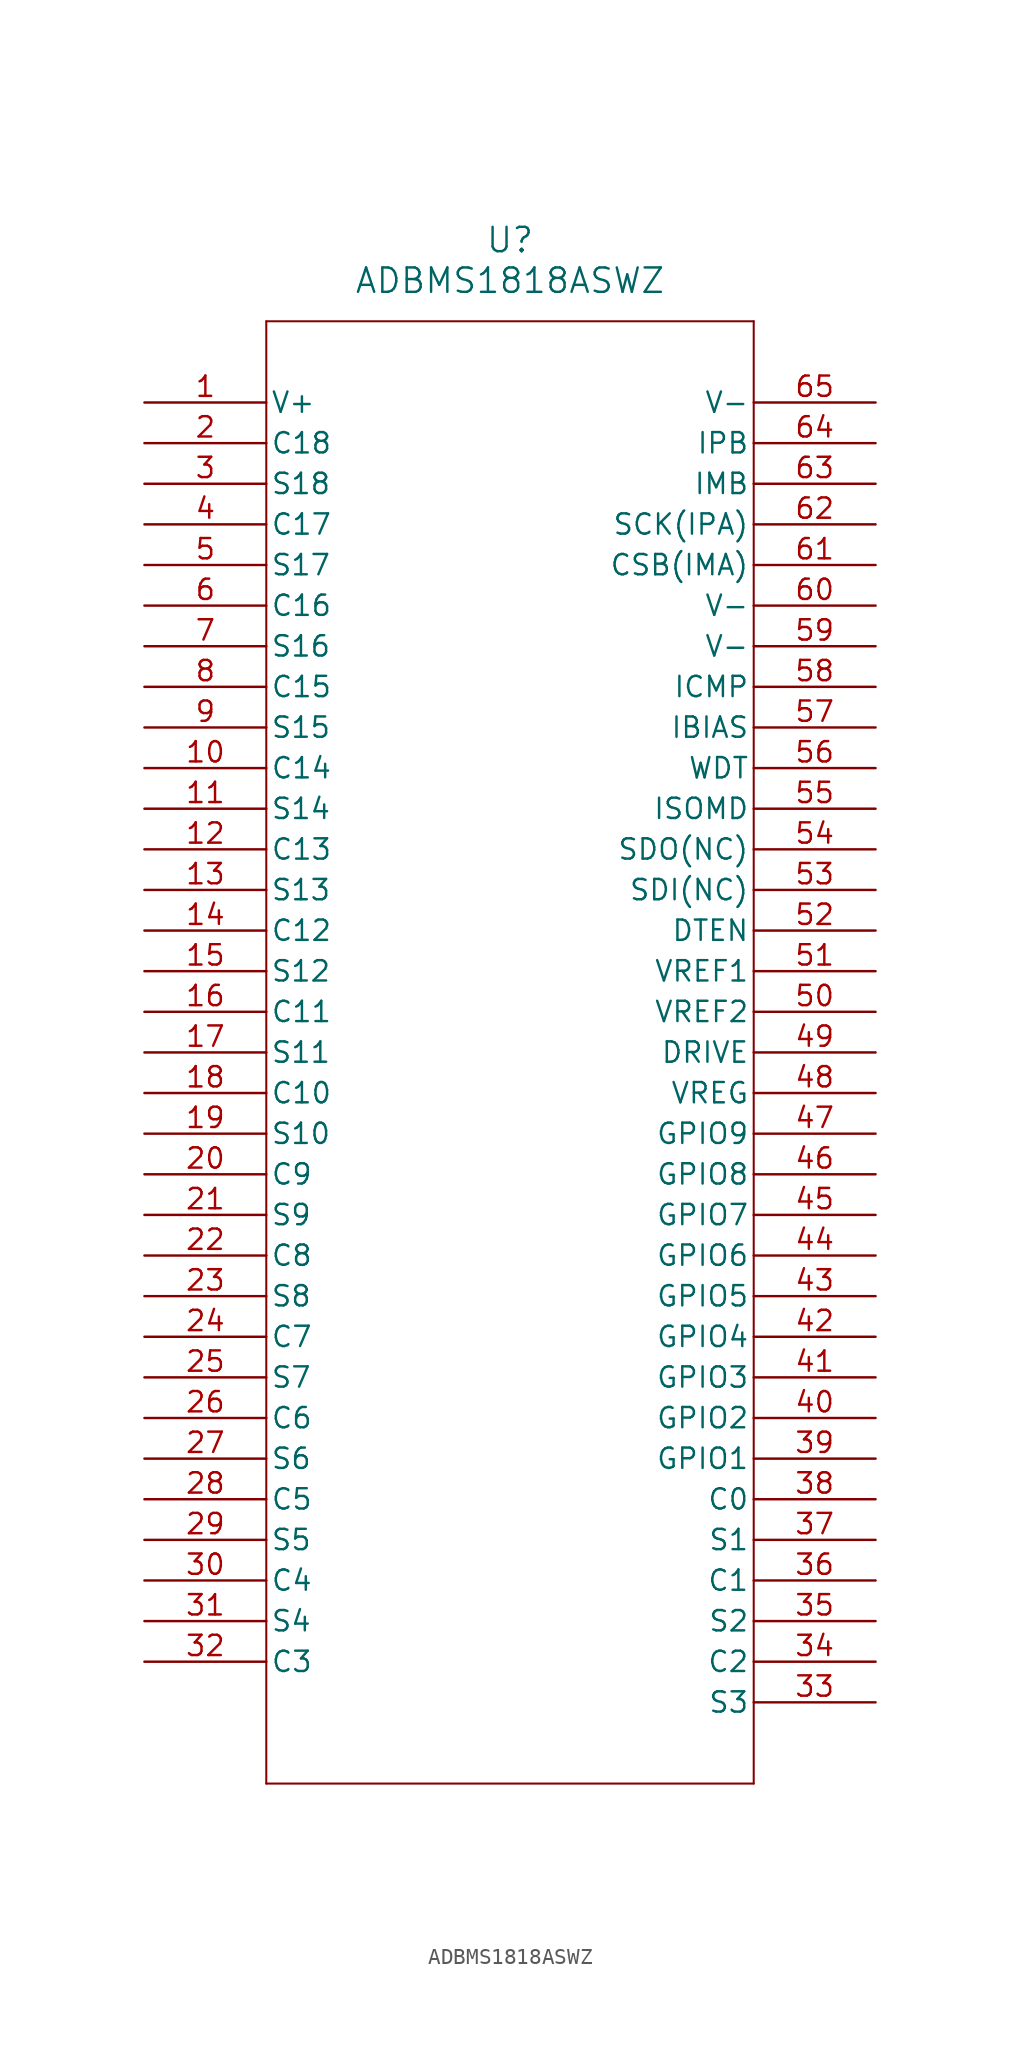
<source format=kicad_sym>
(kicad_symbol_lib
  (version 20211014)
  (generator kicad_symbol_editor)
  (symbol "ADBMS1818ASWZ"
    (pin_names
      (offset 0.254))
    (property "Reference" "U"
      (at 22.86 10.16 0)
      (effects (font (size 1.524 1.524))))
    (property "Value" "ADBMS1818ASWZ"
      (at 22.86 7.62 0)
      (effects (font (size 1.524 1.524))))
    (symbol "ADBMS1818ASWZ_0_1"
      (polyline (pts (xy 7.62 5.08) (xy 7.62 -86.36)) (stroke (width 0.127) (type default) (color 0 0 0 0)) (fill (type none)))
      (polyline (pts (xy 7.62 -86.36) (xy 38.1 -86.36)) (stroke (width 0.127) (type default) (color 0 0 0 0)) (fill (type none)))
      (polyline (pts (xy 38.1 -86.36) (xy 38.1 5.08)) (stroke (width 0.127) (type default) (color 0 0 0 0)) (fill (type none)))
      (polyline (pts (xy 38.1 5.08) (xy 7.62 5.08)) (stroke (width 0.127) (type default) (color 0 0 0 0)) (fill (type none)))
      (pin power_in line (at 0 0 0) (length 7.62) (name "V+" (effects (font (size 1.27 1.27)))) (number "1" (effects (font (size 1.27 1.27)))))
      (pin input line (at 0 -2.54 0) (length 7.62) (name "C18" (effects (font (size 1.27 1.27)))) (number "2" (effects (font (size 1.27 1.27)))))
      (pin bidirectional line (at 0 -5.08 0) (length 7.62) (name "S18" (effects (font (size 1.27 1.27)))) (number "3" (effects (font (size 1.27 1.27)))))
      (pin input line (at 0 -7.62 0) (length 7.62) (name "C17" (effects (font (size 1.27 1.27)))) (number "4" (effects (font (size 1.27 1.27)))))
      (pin bidirectional line (at 0 -10.16 0) (length 7.62) (name "S17" (effects (font (size 1.27 1.27)))) (number "5" (effects (font (size 1.27 1.27)))))
      (pin input line (at 0 -12.7 0) (length 7.62) (name "C16" (effects (font (size 1.27 1.27)))) (number "6" (effects (font (size 1.27 1.27)))))
      (pin bidirectional line (at 0 -15.24 0) (length 7.62) (name "S16" (effects (font (size 1.27 1.27)))) (number "7" (effects (font (size 1.27 1.27)))))
      (pin input line (at 0 -17.78 0) (length 7.62) (name "C15" (effects (font (size 1.27 1.27)))) (number "8" (effects (font (size 1.27 1.27)))))
      (pin bidirectional line (at 0 -20.32 0) (length 7.62) (name "S15" (effects (font (size 1.27 1.27)))) (number "9" (effects (font (size 1.27 1.27)))))
      (pin input line (at 0 -22.86 0) (length 7.62) (name "C14" (effects (font (size 1.27 1.27)))) (number "10" (effects (font (size 1.27 1.27)))))
      (pin bidirectional line (at 0 -25.4 0) (length 7.62) (name "S14" (effects (font (size 1.27 1.27)))) (number "11" (effects (font (size 1.27 1.27)))))
      (pin input line (at 0 -27.94 0) (length 7.62) (name "C13" (effects (font (size 1.27 1.27)))) (number "12" (effects (font (size 1.27 1.27)))))
      (pin bidirectional line (at 0 -30.48 0) (length 7.62) (name "S13" (effects (font (size 1.27 1.27)))) (number "13" (effects (font (size 1.27 1.27)))))
      (pin input line (at 0 -33.02 0) (length 7.62) (name "C12" (effects (font (size 1.27 1.27)))) (number "14" (effects (font (size 1.27 1.27)))))
      (pin bidirectional line (at 0 -35.56 0) (length 7.62) (name "S12" (effects (font (size 1.27 1.27)))) (number "15" (effects (font (size 1.27 1.27)))))
      (pin input line (at 0 -38.1 0) (length 7.62) (name "C11" (effects (font (size 1.27 1.27)))) (number "16" (effects (font (size 1.27 1.27)))))
      (pin bidirectional line (at 0 -40.64 0) (length 7.62) (name "S11" (effects (font (size 1.27 1.27)))) (number "17" (effects (font (size 1.27 1.27)))))
      (pin input line (at 0 -43.18 0) (length 7.62) (name "C10" (effects (font (size 1.27 1.27)))) (number "18" (effects (font (size 1.27 1.27)))))
      (pin bidirectional line (at 0 -45.72 0) (length 7.62) (name "S10" (effects (font (size 1.27 1.27)))) (number "19" (effects (font (size 1.27 1.27)))))
      (pin input line (at 0 -48.26 0) (length 7.62) (name "C9" (effects (font (size 1.27 1.27)))) (number "20" (effects (font (size 1.27 1.27)))))
      (pin bidirectional line (at 0 -50.8 0) (length 7.62) (name "S9" (effects (font (size 1.27 1.27)))) (number "21" (effects (font (size 1.27 1.27)))))
      (pin input line (at 0 -53.34 0) (length 7.62) (name "C8" (effects (font (size 1.27 1.27)))) (number "22" (effects (font (size 1.27 1.27)))))
      (pin bidirectional line (at 0 -55.88 0) (length 7.62) (name "S8" (effects (font (size 1.27 1.27)))) (number "23" (effects (font (size 1.27 1.27)))))
      (pin input line (at 0 -58.42 0) (length 7.62) (name "C7" (effects (font (size 1.27 1.27)))) (number "24" (effects (font (size 1.27 1.27)))))
      (pin bidirectional line (at 0 -60.96 0) (length 7.62) (name "S7" (effects (font (size 1.27 1.27)))) (number "25" (effects (font (size 1.27 1.27)))))
      (pin input line (at 0 -63.5 0) (length 7.62) (name "C6" (effects (font (size 1.27 1.27)))) (number "26" (effects (font (size 1.27 1.27)))))
      (pin bidirectional line (at 0 -66.04 0) (length 7.62) (name "S6" (effects (font (size 1.27 1.27)))) (number "27" (effects (font (size 1.27 1.27)))))
      (pin input line (at 0 -68.58 0) (length 7.62) (name "C5" (effects (font (size 1.27 1.27)))) (number "28" (effects (font (size 1.27 1.27)))))
      (pin bidirectional line (at 0 -71.12 0) (length 7.62) (name "S5" (effects (font (size 1.27 1.27)))) (number "29" (effects (font (size 1.27 1.27)))))
      (pin input line (at 0 -73.66 0) (length 7.62) (name "C4" (effects (font (size 1.27 1.27)))) (number "30" (effects (font (size 1.27 1.27)))))
      (pin bidirectional line (at 0 -76.2 0) (length 7.62) (name "S4" (effects (font (size 1.27 1.27)))) (number "31" (effects (font (size 1.27 1.27)))))
      (pin input line (at 0 -78.74 0) (length 7.62) (name "C3" (effects (font (size 1.27 1.27)))) (number "32" (effects (font (size 1.27 1.27)))))
      (pin bidirectional line (at 45.72 -81.28 180) (length 7.62) (name "S3" (effects (font (size 1.27 1.27)))) (number "33" (effects (font (size 1.27 1.27)))))
      (pin input line (at 45.72 -78.74 180) (length 7.62) (name "C2" (effects (font (size 1.27 1.27)))) (number "34" (effects (font (size 1.27 1.27)))))
      (pin bidirectional line (at 45.72 -76.2 180) (length 7.62) (name "S2" (effects (font (size 1.27 1.27)))) (number "35" (effects (font (size 1.27 1.27)))))
      (pin input line (at 45.72 -73.66 180) (length 7.62) (name "C1" (effects (font (size 1.27 1.27)))) (number "36" (effects (font (size 1.27 1.27)))))
      (pin bidirectional line (at 45.72 -71.12 180) (length 7.62) (name "S1" (effects (font (size 1.27 1.27)))) (number "37" (effects (font (size 1.27 1.27)))))
      (pin input line (at 45.72 -68.58 180) (length 7.62) (name "C0" (effects (font (size 1.27 1.27)))) (number "38" (effects (font (size 1.27 1.27)))))
      (pin bidirectional line (at 45.72 -66.04 180) (length 7.62) (name "GPIO1" (effects (font (size 1.27 1.27)))) (number "39" (effects (font (size 1.27 1.27)))))
      (pin bidirectional line (at 45.72 -63.5 180) (length 7.62) (name "GPIO2" (effects (font (size 1.27 1.27)))) (number "40" (effects (font (size 1.27 1.27)))))
      (pin bidirectional line (at 45.72 -60.96 180) (length 7.62) (name "GPIO3" (effects (font (size 1.27 1.27)))) (number "41" (effects (font (size 1.27 1.27)))))
      (pin bidirectional line (at 45.72 -58.42 180) (length 7.62) (name "GPIO4" (effects (font (size 1.27 1.27)))) (number "42" (effects (font (size 1.27 1.27)))))
      (pin bidirectional line (at 45.72 -55.88 180) (length 7.62) (name "GPIO5" (effects (font (size 1.27 1.27)))) (number "43" (effects (font (size 1.27 1.27)))))
      (pin bidirectional line (at 45.72 -53.34 180) (length 7.62) (name "GPIO6" (effects (font (size 1.27 1.27)))) (number "44" (effects (font (size 1.27 1.27)))))
      (pin bidirectional line (at 45.72 -50.8 180) (length 7.62) (name "GPIO7" (effects (font (size 1.27 1.27)))) (number "45" (effects (font (size 1.27 1.27)))))
      (pin bidirectional line (at 45.72 -48.26 180) (length 7.62) (name "GPIO8" (effects (font (size 1.27 1.27)))) (number "46" (effects (font (size 1.27 1.27)))))
      (pin bidirectional line (at 45.72 -45.72 180) (length 7.62) (name "GPIO9" (effects (font (size 1.27 1.27)))) (number "47" (effects (font (size 1.27 1.27)))))
      (pin power_in line (at 45.72 -43.18 180) (length 7.62) (name "VREG" (effects (font (size 1.27 1.27)))) (number "48" (effects (font (size 1.27 1.27)))))
      (pin power_in line (at 45.72 -40.64 180) (length 7.62) (name "DRIVE" (effects (font (size 1.27 1.27)))) (number "49" (effects (font (size 1.27 1.27)))))
      (pin power_in line (at 45.72 -38.1 180) (length 7.62) (name "VREF2" (effects (font (size 1.27 1.27)))) (number "50" (effects (font (size 1.27 1.27)))))
      (pin power_in line (at 45.72 -35.56 180) (length 7.62) (name "VREF1" (effects (font (size 1.27 1.27)))) (number "51" (effects (font (size 1.27 1.27)))))
      (pin input line (at 45.72 -33.02 180) (length 7.62) (name "DTEN" (effects (font (size 1.27 1.27)))) (number "52" (effects (font (size 1.27 1.27)))))
      (pin unspecified line (at 45.72 -30.48 180) (length 7.62) (name "SDI(NC)" (effects (font (size 1.27 1.27)))) (number "53" (effects (font (size 1.27 1.27)))))
      (pin unspecified line (at 45.72 -27.94 180) (length 7.62) (name "SDO(NC)" (effects (font (size 1.27 1.27)))) (number "54" (effects (font (size 1.27 1.27)))))
      (pin unspecified line (at 45.72 -25.4 180) (length 7.62) (name "ISOMD" (effects (font (size 1.27 1.27)))) (number "55" (effects (font (size 1.27 1.27)))))
      (pin output line (at 45.72 -22.86 180) (length 7.62) (name "WDT" (effects (font (size 1.27 1.27)))) (number "56" (effects (font (size 1.27 1.27)))))
      (pin unspecified line (at 45.72 -20.32 180) (length 7.62) (name "IBIAS" (effects (font (size 1.27 1.27)))) (number "57" (effects (font (size 1.27 1.27)))))
      (pin unspecified line (at 45.72 -17.78 180) (length 7.62) (name "ICMP" (effects (font (size 1.27 1.27)))) (number "58" (effects (font (size 1.27 1.27)))))
      (pin power_in line (at 45.72 -15.24 180) (length 7.62) (name "V-" (effects (font (size 1.27 1.27)))) (number "59" (effects (font (size 1.27 1.27)))))
      (pin power_in line (at 45.72 -12.7 180) (length 7.62) (name "V-" (effects (font (size 1.27 1.27)))) (number "60" (effects (font (size 1.27 1.27)))))
      (pin unspecified line (at 45.72 -10.16 180) (length 7.62) (name "CSB(IMA)" (effects (font (size 1.27 1.27)))) (number "61" (effects (font (size 1.27 1.27)))))
      (pin unspecified line (at 45.72 -7.62 180) (length 7.62) (name "SCK(IPA)" (effects (font (size 1.27 1.27)))) (number "62" (effects (font (size 1.27 1.27)))))
      (pin unspecified line (at 45.72 -5.08 180) (length 7.62) (name "IMB" (effects (font (size 1.27 1.27)))) (number "63" (effects (font (size 1.27 1.27)))))
      (pin unspecified line (at 45.72 -2.54 180) (length 7.62) (name "IPB" (effects (font (size 1.27 1.27)))) (number "64" (effects (font (size 1.27 1.27)))))
      (pin power_in line (at 45.72 0 180) (length 7.62) (name "V-" (effects (font (size 1.27 1.27)))) (number "65" (effects (font (size 1.27 1.27))))))))
</source>
